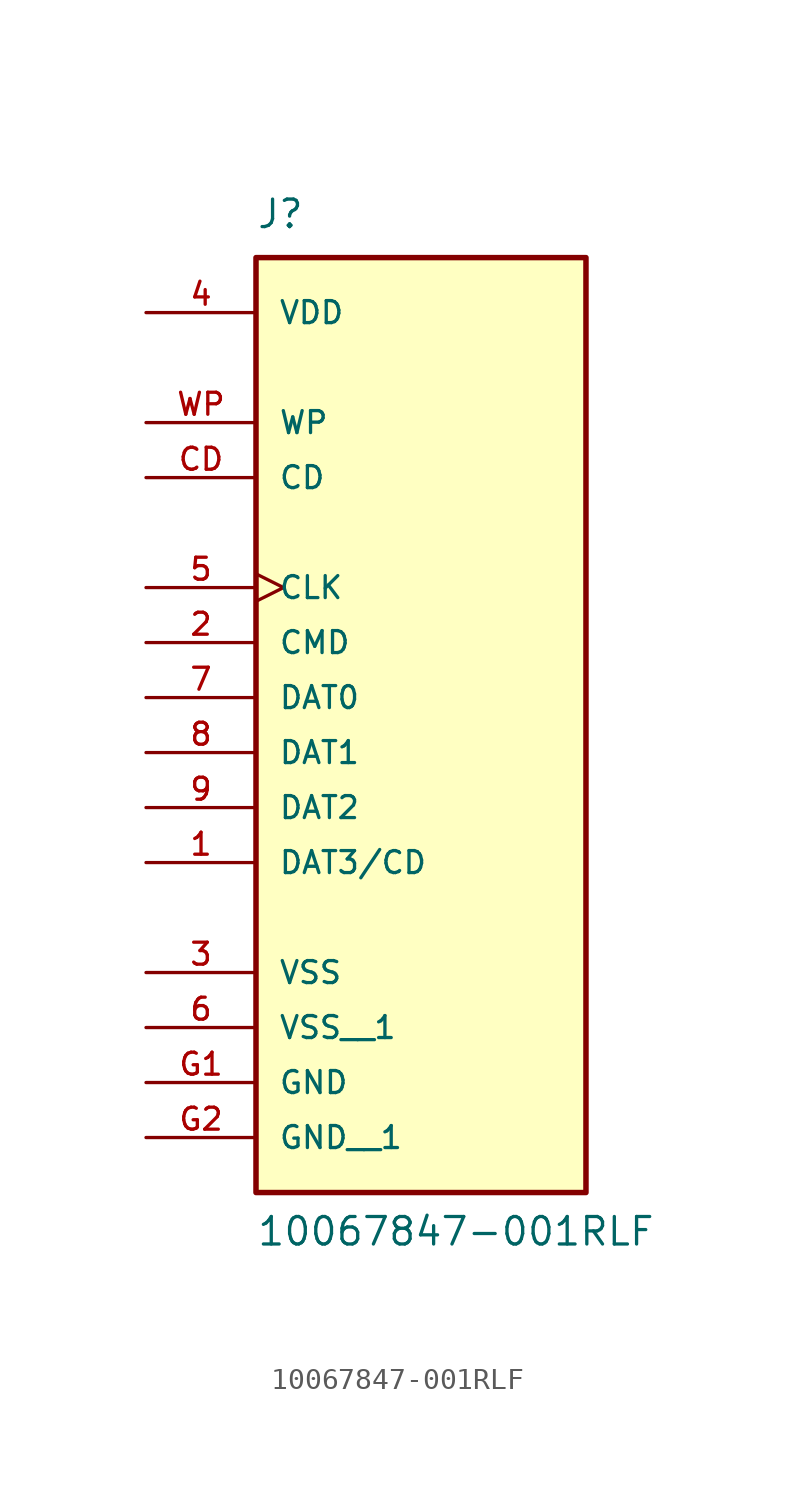
<source format=kicad_sym>
(kicad_symbol_lib
  (version 20211014)
  (generator kicad_symbol_editor)
  (symbol "10067847-001RLF"
    (pin_names
      (offset 1.016))
    (property "Reference" "J"
      (at -7.62 19.05 0)
      (effects (font (size 1.27 1.27)) (justify bottom left)))
    (property "Value" "10067847-001RLF"
      (at -7.62 -27.94 0)
      (effects (font (size 1.27 1.27)) (justify bottom left)))
    (symbol "10067847-001RLF_0_0"
      (rectangle (start -7.62 -25.4) (end 7.62 17.78) (stroke (width 0.254)) (fill (type background)))
      (pin bidirectional line (at -12.7 -7.62 0) (length 5.08) (name "DAT2" (effects (font (size 1.016 1.016)))) (number "9" (effects (font (size 1.016 1.016)))))
      (pin bidirectional line (at -12.7 -10.16 0) (length 5.08) (name "DAT3/CD" (effects (font (size 1.016 1.016)))) (number "1" (effects (font (size 1.016 1.016)))))
      (pin bidirectional line (at -12.7 0.0 0) (length 5.08) (name "CMD" (effects (font (size 1.016 1.016)))) (number "2" (effects (font (size 1.016 1.016)))))
      (pin power_in line (at -12.7 15.24 0) (length 5.08) (name "VDD" (effects (font (size 1.016 1.016)))) (number "4" (effects (font (size 1.016 1.016)))))
      (pin bidirectional clock (at -12.7 2.54 0) (length 5.08) (name "CLK" (effects (font (size 1.016 1.016)))) (number "5" (effects (font (size 1.016 1.016)))))
      (pin bidirectional line (at -12.7 -2.54 0) (length 5.08) (name "DAT0" (effects (font (size 1.016 1.016)))) (number "7" (effects (font (size 1.016 1.016)))))
      (pin bidirectional line (at -12.7 -5.08 0) (length 5.08) (name "DAT1" (effects (font (size 1.016 1.016)))) (number "8" (effects (font (size 1.016 1.016)))))
      (pin input line (at -12.7 7.62 0) (length 5.08) (name "CD" (effects (font (size 1.016 1.016)))) (number "CD" (effects (font (size 1.016 1.016)))))
      (pin power_in line (at -12.7 -15.24 0) (length 5.08) (name "VSS" (effects (font (size 1.016 1.016)))) (number "3" (effects (font (size 1.016 1.016)))))
      (pin power_in line (at -12.7 -20.32 0) (length 5.08) (name "GND" (effects (font (size 1.016 1.016)))) (number "G1" (effects (font (size 1.016 1.016)))))
      (pin input line (at -12.7 10.16 0) (length 5.08) (name "WP" (effects (font (size 1.016 1.016)))) (number "WP" (effects (font (size 1.016 1.016)))))
      (pin power_in line (at -12.7 -17.78 0) (length 5.08) (name "VSS__1" (effects (font (size 1.016 1.016)))) (number "6" (effects (font (size 1.016 1.016)))))
      (pin power_in line (at -12.7 -22.86 0) (length 5.08) (name "GND__1" (effects (font (size 1.016 1.016)))) (number "G2" (effects (font (size 1.016 1.016))))))))
</source>
